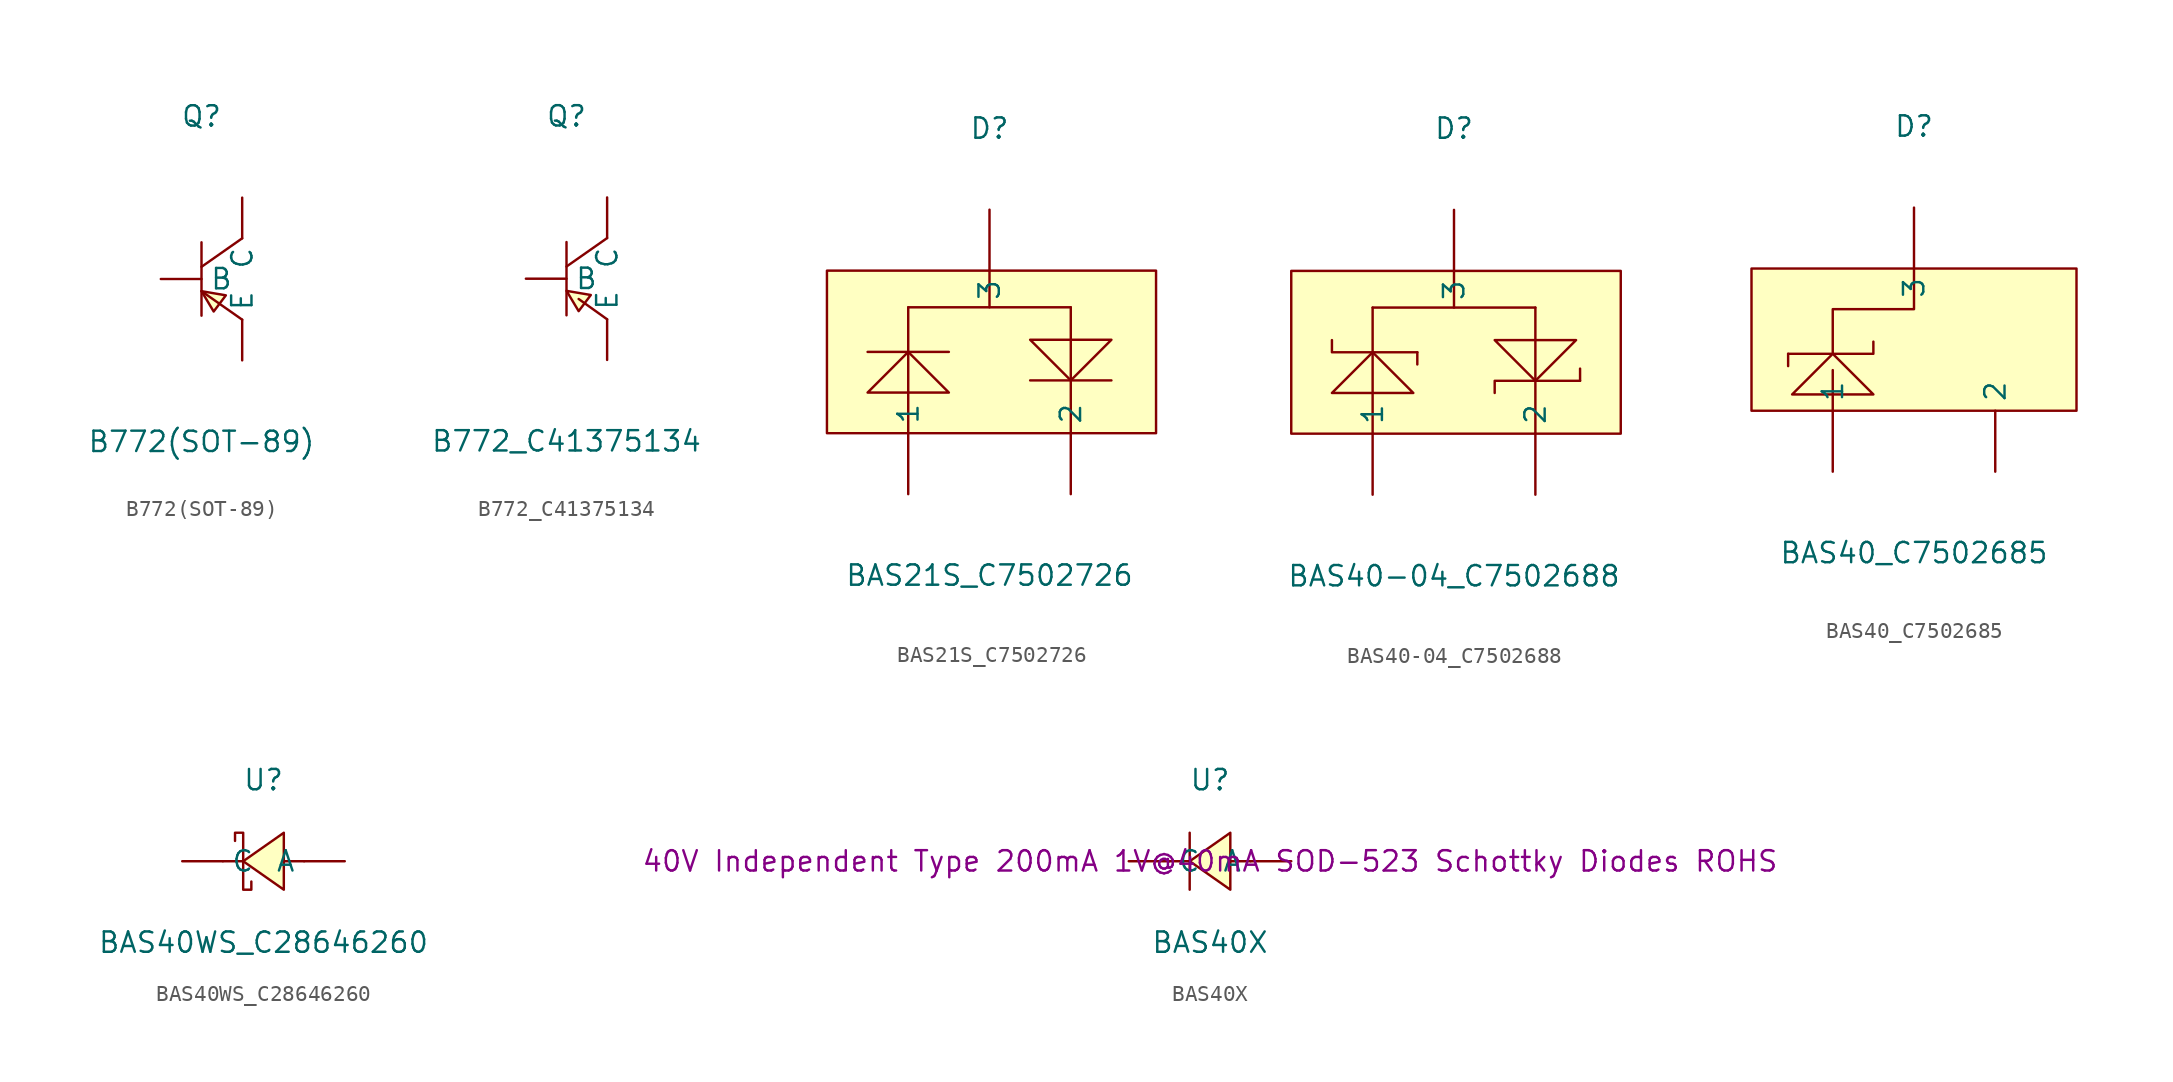
<source format=kicad_sym>
(kicad_symbol_lib
  (version 20241209)
  (generator "kicad_symbol_editor")
  (generator_version "9.0")
  (symbol "B772(SOT-89)"
    (pin_numbers
      (hide yes))
    (property "Reference" "Q"
      (at 0 10.16 0)
      (effects (font (size 1.27 1.27))))
    (property "Value" "B772(SOT-89)"
      (at 0 -10.16 0)
      (effects (font (size 1.27 1.27))))
    (symbol "B772(SOT-89)_0_1"
      (polyline (pts (xy 0 2.29) (xy 0 -2.29)) (stroke (width 0) (type default)) (fill (type none)))
      (polyline (pts (xy 0 -0.76) (xy 2.54 -2.54)) (stroke (width 0) (type default)) (fill (type none)))
      (polyline (pts (xy 0 -0.76) (xy 0.76 -2.03) (xy 1.52 -1.02) (xy 0 -0.76)) (stroke (width 0) (type default)) (fill (type background)))
      (polyline (pts (xy 2.54 2.54) (xy 0 0.76)) (stroke (width 0) (type default)) (fill (type none)))
      (pin input line (at -2.54 0 0) (length 2.54) (name "B" (effects (font (size 1.27 1.27)))) (number "1" (effects (font (size 1.27 1.27)))))
      (pin input line (at 2.54 5.08 270) (length 2.54) (name "C" (effects (font (size 1.27 1.27)))) (number "2" (effects (font (size 1.27 1.27)))))
      (pin input line (at 2.54 -5.08 90) (length 2.54) (name "E" (effects (font (size 1.27 1.27)))) (number "3" (effects (font (size 1.27 1.27)))))))
  (symbol "B772_C41375134"
    (pin_numbers
      (hide yes))
    (property "Reference" "Q"
      (at 0 10.16 0)
      (effects (font (size 1.27 1.27))))
    (property "Value" "B772_C41375134"
      (at 0 -10.16 0)
      (effects (font (size 1.27 1.27))))
    (symbol "B772_C41375134_0_1"
      (polyline (pts (xy 0 2.29) (xy 0 -2.29)) (stroke (width 0) (type default)) (fill (type none)))
      (polyline (pts (xy 0 -0.76) (xy 1.52 -1.02) (xy 0.76 -2.03) (xy 0 -0.76)) (stroke (width 0) (type default)) (fill (type background)))
      (polyline (pts (xy 0.76 -1.27) (xy 2.54 -2.54)) (stroke (width 0) (type default)) (fill (type none)))
      (polyline (pts (xy 2.54 2.54) (xy 0 0.76)) (stroke (width 0) (type default)) (fill (type none)))
      (pin unspecified line (at -2.54 0 0) (length 2.54) (name "B" (effects (font (size 1.27 1.27)))) (number "1" (effects (font (size 1.27 1.27)))))
      (pin unspecified line (at 2.54 5.08 270) (length 2.54) (name "C" (effects (font (size 1.27 1.27)))) (number "2" (effects (font (size 1.27 1.27)))))
      (pin unspecified line (at 2.54 -5.08 90) (length 2.54) (name "E" (effects (font (size 1.27 1.27)))) (number "3" (effects (font (size 1.27 1.27)))))))
  (symbol "BAS21S_C7502726"
    (pin_numbers
      (hide yes))
    (property "Reference" "D"
      (at 0 13.97 0)
      (effects (font (size 1.27 1.27))))
    (property "Value" "BAS21S_C7502726"
      (at 0 -13.97 0)
      (effects (font (size 1.27 1.27))))
    (symbol "BAS21S_C7502726_0_1"
      (rectangle (start -10.16 5.08) (end 10.41 -5.08) (stroke (width 0) (type default)) (fill (type background)))
      (polyline (pts (xy -7.62 0) (xy -2.54 0)) (stroke (width 0) (type default)) (fill (type none)))
      (polyline (pts (xy -5.08 2.79) (xy -5.08 -5.08)) (stroke (width 0) (type default)) (fill (type none)))
      (polyline (pts (xy -5.08 2.79) (xy 5.08 2.79)) (stroke (width 0) (type default)) (fill (type none)))
      (polyline (pts (xy -2.54 -2.54) (xy -5.08 0) (xy -7.62 -2.54) (xy -2.54 -2.54)) (stroke (width 0) (type default)) (fill (type background)))
      (polyline (pts (xy 0 5.08) (xy 0 2.79)) (stroke (width 0) (type default)) (fill (type none)))
      (polyline (pts (xy 2.54 -1.78) (xy 7.62 -1.78)) (stroke (width 0) (type default)) (fill (type none)))
      (polyline (pts (xy 5.08 2.79) (xy 5.08 -5.08)) (stroke (width 0) (type default)) (fill (type none)))
      (polyline (pts (xy 7.62 0.76) (xy 5.08 -1.78) (xy 2.54 0.76) (xy 7.62 0.76)) (stroke (width 0) (type default)) (fill (type background)))
      (pin input line (at -5.08 -8.89 90) (length 3.81) (name "1" (effects (font (size 1.27 1.27)))) (number "1" (effects (font (size 1.27 1.27)))))
      (pin input line (at 0 8.89 270) (length 3.81) (name "3" (effects (font (size 1.27 1.27)))) (number "3" (effects (font (size 1.27 1.27)))))
      (pin input line (at 5.08 -8.89 90) (length 3.81) (name "2" (effects (font (size 1.27 1.27)))) (number "2" (effects (font (size 1.27 1.27)))))))
  (symbol "BAS40-04_C7502688"
    (pin_numbers
      (hide yes))
    (property "Reference" "D"
      (at 0 13.97 0)
      (effects (font (size 1.27 1.27))))
    (property "Value" "BAS40-04_C7502688"
      (at 0 -13.97 0)
      (effects (font (size 1.27 1.27))))
    (symbol "BAS40-04_C7502688_0_1"
      (rectangle (start -10.16 5.08) (end 10.41 -5.08) (stroke (width 0) (type default)) (fill (type background)))
      (polyline (pts (xy -7.62 0.76) (xy -7.62 0) (xy -5.08 0) (xy -2.29 0)) (stroke (width 0) (type default)) (fill (type none)))
      (polyline (pts (xy -5.08 2.79) (xy -5.08 -5.08)) (stroke (width 0) (type default)) (fill (type none)))
      (polyline (pts (xy -5.08 2.79) (xy 5.08 2.79)) (stroke (width 0) (type default)) (fill (type none)))
      (polyline (pts (xy -2.54 -2.54) (xy -5.08 0) (xy -7.62 -2.54) (xy -2.54 -2.54)) (stroke (width 0) (type default)) (fill (type background)))
      (polyline (pts (xy -2.29 0) (xy -2.29 -0.76)) (stroke (width 0) (type default)) (fill (type none)))
      (polyline (pts (xy 0 5.08) (xy 0 2.79)) (stroke (width 0) (type default)) (fill (type none)))
      (polyline (pts (xy 2.54 -2.54) (xy 2.54 -1.78) (xy 7.87 -1.78)) (stroke (width 0) (type default)) (fill (type none)))
      (polyline (pts (xy 5.08 2.79) (xy 5.08 -5.08)) (stroke (width 0) (type default)) (fill (type none)))
      (polyline (pts (xy 7.62 0.76) (xy 5.08 -1.78) (xy 2.54 0.76) (xy 7.62 0.76)) (stroke (width 0) (type default)) (fill (type background)))
      (polyline (pts (xy 7.87 -1.78) (xy 7.87 -1.02)) (stroke (width 0) (type default)) (fill (type none)))
      (pin input line (at -5.08 -8.89 90) (length 3.81) (name "1" (effects (font (size 1.27 1.27)))) (number "1" (effects (font (size 1.27 1.27)))))
      (pin input line (at 0 8.89 270) (length 3.81) (name "3" (effects (font (size 1.27 1.27)))) (number "3" (effects (font (size 1.27 1.27)))))
      (pin input line (at 5.08 -8.89 90) (length 3.81) (name "2" (effects (font (size 1.27 1.27)))) (number "2" (effects (font (size 1.27 1.27)))))))
  (symbol "BAS40_C7502685"
    (pin_numbers
      (hide yes))
    (property "Reference" "D"
      (at 0 13.97 0)
      (effects (font (size 1.27 1.27))))
    (property "Value" "BAS40_C7502685"
      (at 0 -12.7 0)
      (effects (font (size 1.27 1.27))))
    (symbol "BAS40_C7502685_0_1"
      (rectangle (start -10.16 5.08) (end 10.16 -3.81) (stroke (width 0) (type default)) (fill (type background)))
      (polyline (pts (xy -7.87 -1.02) (xy -7.87 -0.25)) (stroke (width 0) (type default)) (fill (type none)))
      (polyline (pts (xy -7.62 -2.79) (xy -5.08 -0.25) (xy -2.54 -2.79) (xy -7.62 -2.79)) (stroke (width 0) (type default)) (fill (type background)))
      (polyline (pts (xy -5.08 -0.25) (xy -5.08 2.54) (xy 0 2.54) (xy 0 5.08)) (stroke (width 0) (type default)) (fill (type none)))
      (polyline (pts (xy -5.08 -1.27) (xy -5.08 -3.81)) (stroke (width 0) (type default)) (fill (type none)))
      (polyline (pts (xy -2.54 0.51) (xy -2.54 -0.25) (xy -7.87 -0.25)) (stroke (width 0) (type default)) (fill (type none)))
      (pin input line (at -5.08 -7.62 90) (length 3.81) (name "1" (effects (font (size 1.27 1.27)))) (number "1" (effects (font (size 1.27 1.27)))))
      (pin input line (at 0 8.89 270) (length 3.81) (name "3" (effects (font (size 1.27 1.27)))) (number "3" (effects (font (size 1.27 1.27)))))
      (pin input line (at 5.08 -7.62 90) (length 3.81) (name "2" (effects (font (size 1.27 1.27)))) (number "2" (effects (font (size 1.27 1.27)))))))
  (symbol "BAS40WS_C28646260"
    (pin_numbers
      (hide yes))
    (property "Reference" "U"
      (at 0 5.08 0)
      (effects (font (size 1.27 1.27))))
    (property "Value" "BAS40WS_C28646260"
      (at 0 -5.08 0)
      (effects (font (size 1.27 1.27))))
    (symbol "BAS40WS_C28646260_0_1"
      (polyline (pts (xy -1.78 1.27) (xy -1.78 1.78) (xy -1.27 1.78) (xy -1.27 -1.78) (xy -0.76 -1.78) (xy -0.76 -1.27)) (stroke (width 0) (type default)) (fill (type none)))
      (polyline (pts (xy -1.27 0) (xy -2.54 0)) (stroke (width 0) (type default)) (fill (type none)))
      (polyline (pts (xy 1.27 1.78) (xy -1.27 0) (xy 1.27 -1.78) (xy 1.27 1.78)) (stroke (width 0) (type default)) (fill (type background)))
      (polyline (pts (xy 2.54 0) (xy 1.27 0)) (stroke (width 0) (type default)) (fill (type none)))
      (pin unspecified line (at -5.08 0 0) (length 2.54) (name "C" (effects (font (size 1.27 1.27)))) (number "1" (effects (font (size 1.27 1.27)))))
      (pin unspecified line (at 5.08 0 180) (length 2.54) (name "A" (effects (font (size 1.27 1.27)))) (number "2" (effects (font (size 1.27 1.27)))))))
  (symbol "BAS40X"
    (pin_numbers
      (hide yes))
    (property "Reference" "U"
      (at 0 5.08 0)
      (effects (font (size 1.27 1.27))))
    (property "Value" "BAS40X"
      (at 0 -5.08 0)
      (effects (font (size 1.27 1.27))))
    (property "Description" "40V Independent Type 200mA 1V@40mA SOD-523 Schottky Diodes ROHS"
      (at 0 0 0)
      (effects (font (size 1.27 1.27))))
    (symbol "BAS40X_0_1"
      (polyline (pts (xy -1.27 1.78) (xy -1.27 1.78) (xy -1.27 1.78) (xy -1.27 -1.78) (xy -1.27 -1.78) (xy -1.27 -1.78)) (stroke (width 0) (type default)) (fill (type none)))
      (polyline (pts (xy -1.27 0) (xy -2.54 0)) (stroke (width 0) (type default)) (fill (type none)))
      (polyline (pts (xy 1.27 1.78) (xy -1.27 0) (xy 1.27 -1.78) (xy 1.27 1.78)) (stroke (width 0) (type default)) (fill (type background)))
      (polyline (pts (xy 2.54 0) (xy 1.27 0)) (stroke (width 0) (type default)) (fill (type none)))
      (pin unspecified line (at -5.08 0 0) (length 2.54) (name "C" (effects (font (size 1.27 1.27)))) (number "1" (effects (font (size 1.27 1.27)))))
      (pin unspecified line (at 5.08 0 180) (length 2.54) (name "A" (effects (font (size 1.27 1.27)))) (number "2" (effects (font (size 1.27 1.27))))))))
</source>
